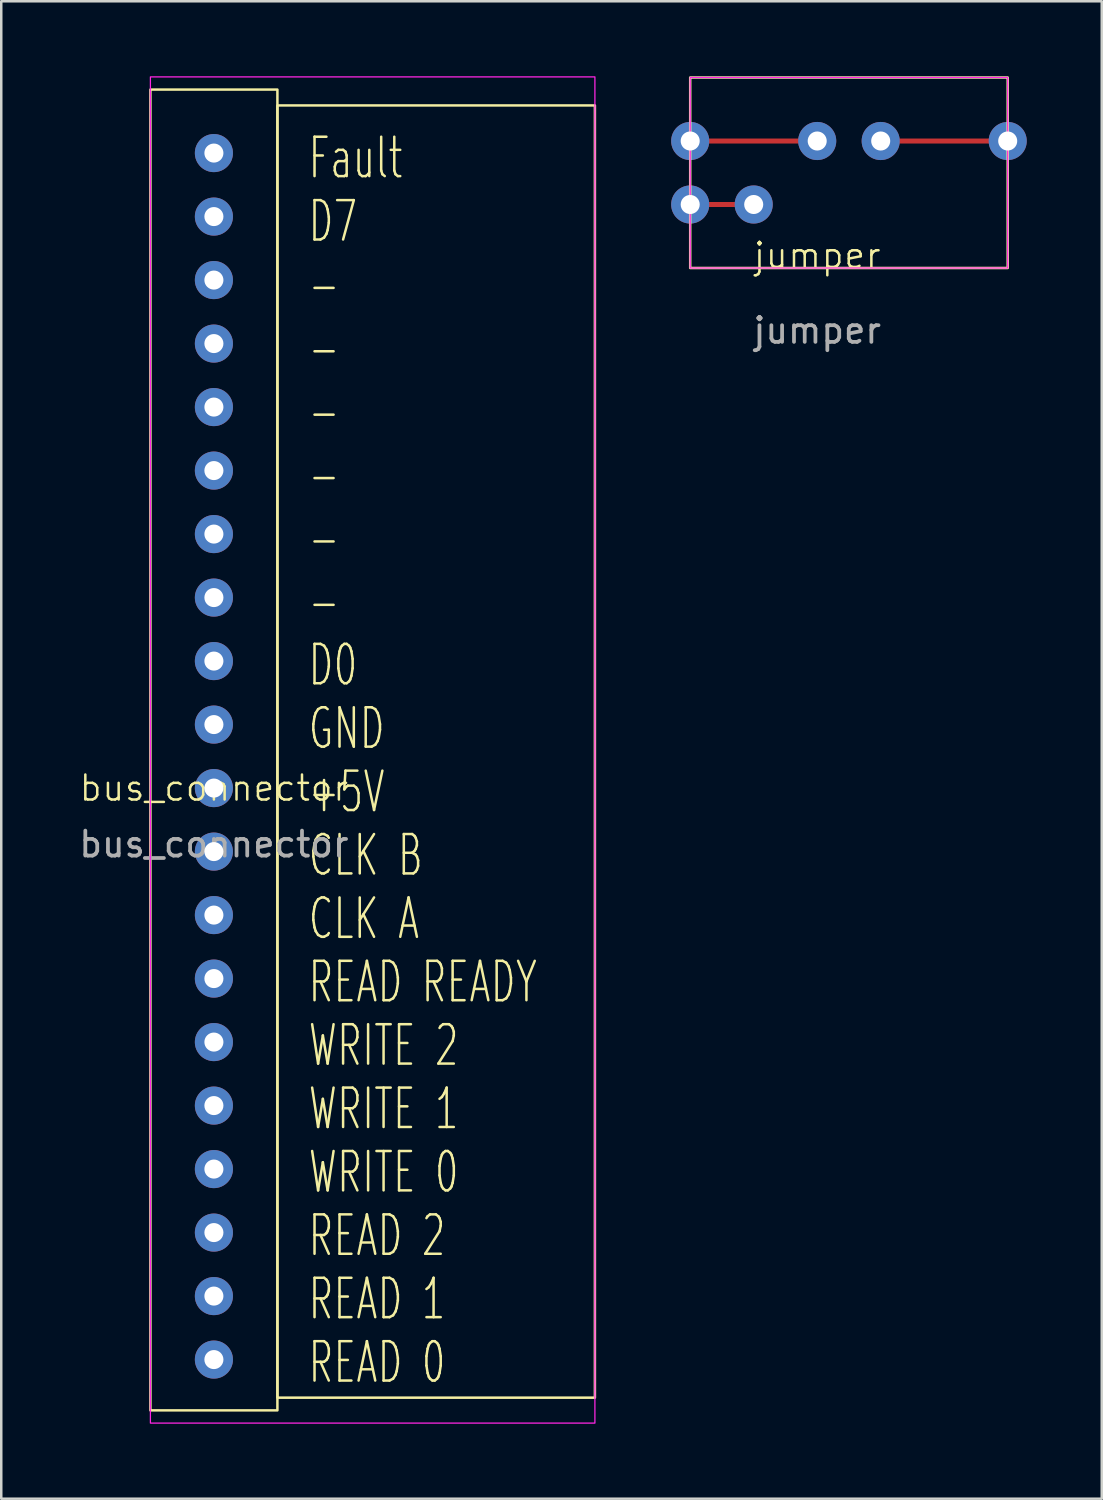
<source format=kicad_pcb>
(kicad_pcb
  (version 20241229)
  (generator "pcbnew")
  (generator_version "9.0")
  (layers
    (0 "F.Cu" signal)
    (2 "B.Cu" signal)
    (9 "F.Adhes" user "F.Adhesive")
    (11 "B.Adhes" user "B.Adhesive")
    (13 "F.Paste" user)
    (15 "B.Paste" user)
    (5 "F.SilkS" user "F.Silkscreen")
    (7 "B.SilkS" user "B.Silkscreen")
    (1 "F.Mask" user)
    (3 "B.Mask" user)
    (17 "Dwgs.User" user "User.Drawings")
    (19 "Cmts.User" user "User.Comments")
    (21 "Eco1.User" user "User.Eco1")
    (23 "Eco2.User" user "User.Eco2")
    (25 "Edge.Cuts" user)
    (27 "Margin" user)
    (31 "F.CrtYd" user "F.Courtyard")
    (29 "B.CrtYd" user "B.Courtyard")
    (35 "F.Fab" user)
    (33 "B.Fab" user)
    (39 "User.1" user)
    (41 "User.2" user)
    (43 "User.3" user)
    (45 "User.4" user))
  (footprint "bus_connector"
    (layer "F.Cu")
    (at 5.506 28.473)
    (property "Reference" "bus_connector" (at 0 0 0) (unlocked yes) (layer "F.SilkS") (effects (font (size 1 1) (thickness 0.1))))
    (attr through_hole)
    (fp_rect (start -2.54 -27.94) (end 2.54 24.892) (stroke (width 0.1) (type default)) (fill no) (layer "F.SilkS"))
    (fp_rect (start -2.54 -28.448) (end 15.24 25.4) (stroke (width 0.05) (type default)) (fill no) (layer "F.CrtYd"))
    (fp_text user "${REFERENCE}" (at 0 2.246 0) (unlocked yes) (layer "F.Fab") (effects (font (size 1 1) (thickness 0.15))))
    (fp_text_box "Fault\nD7\n-\n-\n-\n-\n-\n-\nD0\nGND\n+5V\nCLK B\nCLK A\nREAD READY\nWRITE 2\nWRITE 1\nWRITE 0\nREAD 2\nREAD 1\nREAD 0" (start 2.54 -27.305) (end 15.24 24.384) (margins 1.231 1.231 1.231 1.231) (layer "F.SilkS") (effects (font (size 1.575 1) (thickness 0.1)) (justify left top)) (border yes) (stroke (width 0.1) (type solid)))
    (pad "1" thru_hole circle (at 0 22.86 180) (size 1.524 1.524) (drill 0.762) (layers "*.Cu" "*.Mask"))
    (pad "2" thru_hole circle (at 0 20.32 180) (size 1.524 1.524) (drill 0.762) (layers "*.Cu" "*.Mask"))
    (pad "3" thru_hole circle (at 0 17.78 180) (size 1.524 1.524) (drill 0.762) (layers "*.Cu" "*.Mask"))
    (pad "4" thru_hole circle (at 0 15.24 180) (size 1.524 1.524) (drill 0.762) (layers "*.Cu" "*.Mask"))
    (pad "5" thru_hole circle (at 0 12.7 180) (size 1.524 1.524) (drill 0.762) (layers "*.Cu" "*.Mask"))
    (pad "6" thru_hole circle (at 0 10.16 180) (size 1.524 1.524) (drill 0.762) (layers "*.Cu" "*.Mask"))
    (pad "7" thru_hole circle (at 0 7.62 180) (size 1.524 1.524) (drill 0.762) (layers "*.Cu" "*.Mask"))
    (pad "8" thru_hole circle (at 0 5.08 180) (size 1.524 1.524) (drill 0.762) (layers "*.Cu" "*.Mask"))
    (pad "9" thru_hole circle (at 0 2.54 180) (size 1.524 1.524) (drill 0.762) (layers "*.Cu" "*.Mask"))
    (pad "10" thru_hole circle (at 0 0 180) (size 1.524 1.524) (drill 0.762) (layers "*.Cu" "*.Mask"))
    (pad "11" thru_hole circle (at 0 -2.54 180) (size 1.524 1.524) (drill 0.762) (layers "*.Cu" "*.Mask"))
    (pad "12" thru_hole circle (at 0 -5.08 180) (size 1.524 1.524) (drill 0.762) (layers "*.Cu" "*.Mask"))
    (pad "13" thru_hole circle (at 0 -7.62 180) (size 1.524 1.524) (drill 0.762) (layers "*.Cu" "*.Mask"))
    (pad "14" thru_hole circle (at 0 -10.16 180) (size 1.524 1.524) (drill 0.762) (layers "*.Cu" "*.Mask"))
    (pad "15" thru_hole circle (at 0 -12.7 180) (size 1.524 1.524) (drill 0.762) (layers "*.Cu" "*.Mask"))
    (pad "16" thru_hole circle (at 0 -15.24 180) (size 1.524 1.524) (drill 0.762) (layers "*.Cu" "*.Mask"))
    (pad "17" thru_hole circle (at 0 -17.78 180) (size 1.524 1.524) (drill 0.762) (layers "*.Cu" "*.Mask"))
    (pad "18" thru_hole circle (at 0 -20.32 180) (size 1.524 1.524) (drill 0.762) (layers "*.Cu" "*.Mask"))
    (pad "19" thru_hole circle (at 0 -22.86 180) (size 1.524 1.524) (drill 0.762) (layers "*.Cu" "*.Mask"))
    (pad "20" thru_hole circle (at 0 -25.4 180) (size 1.524 1.524) (drill 0.762) (layers "*.Cu" "*.Mask")))
  (footprint "jumper"
    (layer "F.Cu")
    (at 29.638 7.67)
    (property "Reference" "jumper" (at 0 -0.5 0) (unlocked yes) (layer "F.SilkS") (effects (font (size 1 1) (thickness 0.1))))
    (attr through_hole)
    (fp_line (start -4.318 -5.08) (end -0.762 -5.08) (stroke (width 0.2) (type default)) (layer "F.Cu"))
    (fp_line (start -4.318 -2.54) (end -3.302 -2.54) (stroke (width 0.2) (type default)) (layer "F.Cu"))
    (fp_line (start 3.302 -5.08) (end 6.858 -5.08) (stroke (width 0.2) (type default)) (layer "F.Cu"))
    (fp_rect (start -5.08 -7.62) (end 7.62 0) (stroke (width 0.1) (type default)) (fill no) (layer "F.SilkS"))
    (fp_rect (start -5.08 -7.62) (end 7.62 0) (stroke (width 0.05) (type default)) (fill no) (layer "F.CrtYd"))
    (fp_text user "${REFERENCE}" (at 0 2.5 0) (unlocked yes) (layer "F.Fab") (effects (font (size 1 1) (thickness 0.15))))
    (pad "" thru_hole circle (at -2.54 -2.54) (size 1.524 1.524) (drill 0.762) (layers "*.Cu" "*.Mask"))
    (pad "" thru_hole circle (at 0 -5.08) (size 1.524 1.524) (drill 0.762) (layers "*.Cu" "*.Mask"))
    (pad "" thru_hole circle (at 2.54 -5.08) (size 1.524 1.524) (drill 0.762) (layers "*.Cu" "*.Mask"))
    (pad "1" thru_hole circle (at -5.08 -5.08) (size 1.524 1.524) (drill 0.762) (layers "*.Cu" "*.Mask"))
    (pad "2" thru_hole circle (at -5.08 -2.54) (size 1.524 1.524) (drill 0.762) (layers "*.Cu" "*.Mask"))
    (pad "3" thru_hole circle (at 7.62 -5.08) (size 1.524 1.524) (drill 0.762) (layers "*.Cu" "*.Mask")))
  (gr_rect
    (start -3 -3)
    (end 41.02 56.898)
    (stroke (width 0.1) (type default))
    (fill no)
    (layer "Edge.Cuts")))
</source>
